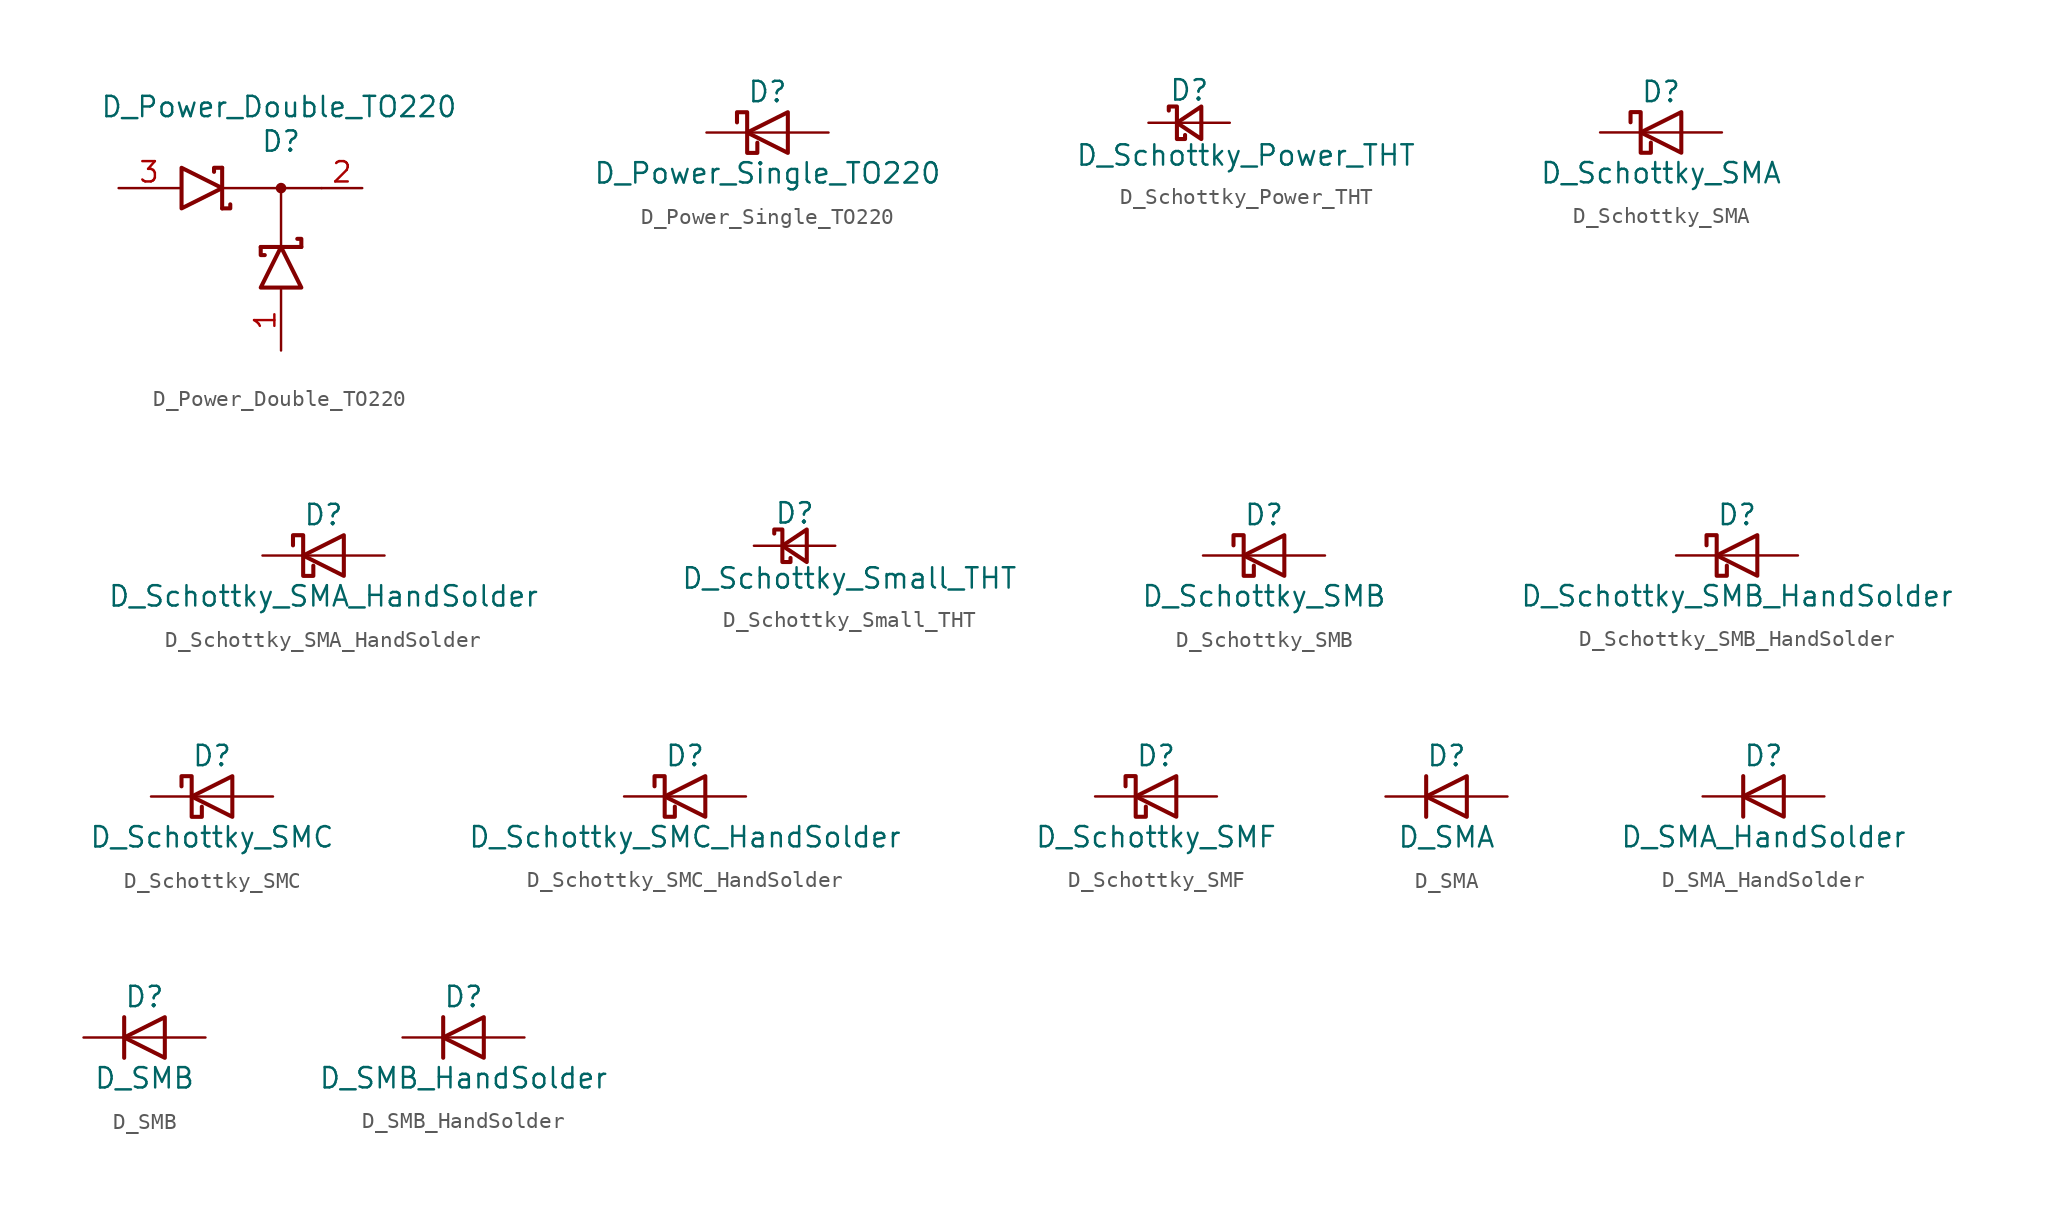
<source format=kicad_sym>
(kicad_symbol_lib
  (version 20211014)
  (generator kicad_symbol_editor)
  (symbol "D_Power_Double_TO220"
    (pin_names
      (offset 0.762) hide)
    (property "Reference" "D"
      (at 0 2.921 0)
      (effects (font (size 1.27 1.27))))
    (property "Value" "D_Power_Double_TO220"
      (at -0.127 5.08 0)
      (effects (font (size 1.27 1.27))))
    (symbol "D_Power_Double_TO220_0_1"
      (polyline (pts (xy -3.556 0) (xy 2.54 0)) (stroke (width 0) (type default) (color 0 0 0 0)) (fill (type none)))
      (polyline (pts (xy 0 0) (xy 0 -3.81)) (stroke (width 0) (type default) (color 0 0 0 0)) (fill (type none)))
      (polyline (pts (xy -3.683 1.27) (xy -3.683 -1.27) (xy -3.683 -1.27)) (stroke (width 0.254) (type default) (color 0 0 0 0)) (fill (type none)))
      (polyline (pts (xy 1.27 -3.683) (xy -1.27 -3.683) (xy -1.27 -3.683)) (stroke (width 0.254) (type default) (color 0 0 0 0)) (fill (type none)))
      (polyline (pts (xy -3.683 -1.27) (xy -3.175 -1.27) (xy -3.175 -1.016) (xy -3.175 -1.016)) (stroke (width 0.254) (type default) (color 0 0 0 0)) (fill (type none)))
      (polyline (pts (xy -3.683 1.27) (xy -4.191 1.27) (xy -4.191 1.016) (xy -4.191 1.016)) (stroke (width 0.254) (type default) (color 0 0 0 0)) (fill (type none)))
      (polyline (pts (xy 1.27 -3.683) (xy 1.27 -3.175) (xy 1.016 -3.175) (xy 1.016 -3.175)) (stroke (width 0.254) (type default) (color 0 0 0 0)) (fill (type none)))
      (polyline (pts (xy -1.016 -4.191) (xy -1.27 -4.191) (xy -1.27 -3.683) (xy -1.27 -3.683) (xy -1.27 -3.683)) (stroke (width 0.254) (type default) (color 0 0 0 0)) (fill (type none)))
      (polyline (pts (xy -6.223 1.27) (xy -3.683 0) (xy -6.223 -1.27) (xy -6.223 1.27) (xy -6.223 1.27) (xy -6.223 1.27)) (stroke (width 0.254) (type default) (color 0 0 0 0)) (fill (type none)))
      (polyline (pts (xy -1.27 -6.223) (xy 0 -3.683) (xy 1.27 -6.223) (xy -1.27 -6.223) (xy -1.27 -6.223) (xy -1.27 -6.223)) (stroke (width 0.254) (type default) (color 0 0 0 0)) (fill (type none)))
      (circle (center 0 0) (radius 0.254) (stroke (width 0) (type default) (color 0 0 0 0)) (fill (type outline)))
      (pin passive line (at 0 -10.16 90) (length 3.81) (name "A" (effects (font (size 1.27 1.27)))) (number "1" (effects (font (size 1.27 1.27)))))
      (pin passive line (at 5.08 0 180) (length 2.54) (name "K" (effects (font (size 1.27 1.27)))) (number "2" (effects (font (size 1.27 1.27)))))
      (pin passive line (at -10.16 0 0) (length 3.81) (name "A" (effects (font (size 1.27 1.27)))) (number "3" (effects (font (size 1.27 1.27)))))))
  (symbol "D_Power_Single_TO220"
    (pin_numbers hide)
    (pin_names
      (offset 1.016) hide)
    (property "Reference" "D"
      (at 0 2.54 0)
      (effects (font (size 1.27 1.27))))
    (property "Value" "D_Power_Single_TO220"
      (at 0 -2.54 0)
      (effects (font (size 1.27 1.27))))
    (symbol "D_Power_Single_TO220_0_1"
      (polyline (pts (xy 1.27 0) (xy -1.27 0)) (stroke (width 0) (type default) (color 0 0 0 0)) (fill (type none)))
      (polyline (pts (xy 1.27 1.27) (xy 1.27 -1.27) (xy -1.27 0) (xy 1.27 1.27)) (stroke (width 0.254) (type default) (color 0 0 0 0)) (fill (type none)))
      (polyline (pts (xy -1.905 0.635) (xy -1.905 1.27) (xy -1.27 1.27) (xy -1.27 -1.27) (xy -0.635 -1.27) (xy -0.635 -0.635)) (stroke (width 0.254) (type default) (color 0 0 0 0)) (fill (type none))))
    (symbol "D_Power_Single_TO220_1_1"
      (pin passive line (at -3.81 0 0) (length 2.54) (name "K" (effects (font (size 1.27 1.27)))) (number "1" (effects (font (size 1.27 1.27)))))
      (pin passive line (at 3.81 0 180) (length 2.54) (name "A" (effects (font (size 1.27 1.27)))) (number "2" (effects (font (size 1.27 1.27)))))))
  (symbol "D_Schottky_Power_THT"
    (pin_numbers hide)
    (pin_names
      (offset 0.254) hide)
    (property "Reference" "D"
      (at -1.27 2.032 0)
      (effects (font (size 1.27 1.27)) (justify left)))
    (property "Value" "D_Schottky_Power_THT"
      (at -7.112 -2.032 0)
      (effects (font (size 1.27 1.27)) (justify left)))
    (symbol "D_Schottky_Power_THT_0_1"
      (polyline (pts (xy -0.762 0) (xy 0.762 0)) (stroke (width 0) (type default) (color 0 0 0 0)) (fill (type none)))
      (polyline (pts (xy 0.762 -1.016) (xy -0.762 0) (xy 0.762 1.016) (xy 0.762 -1.016)) (stroke (width 0.254) (type default) (color 0 0 0 0)) (fill (type none)))
      (polyline (pts (xy -1.27 0.762) (xy -1.27 1.016) (xy -0.762 1.016) (xy -0.762 -1.016) (xy -0.254 -1.016) (xy -0.254 -0.762)) (stroke (width 0.254) (type default) (color 0 0 0 0)) (fill (type none))))
    (symbol "D_Schottky_Power_THT_1_1"
      (pin passive line (at -2.54 0 0) (length 1.778) (name "K" (effects (font (size 1.27 1.27)))) (number "1" (effects (font (size 1.27 1.27)))))
      (pin passive line (at 2.54 0 180) (length 1.778) (name "A" (effects (font (size 1.27 1.27)))) (number "2" (effects (font (size 1.27 1.27)))))))
  (symbol "D_Schottky_SMA"
    (pin_numbers hide)
    (pin_names
      (offset 1.016) hide)
    (property "Reference" "D"
      (at 0 2.54 0)
      (effects (font (size 1.27 1.27))))
    (property "Value" "D_Schottky_SMA"
      (at 0 -2.54 0)
      (effects (font (size 1.27 1.27))))
    (symbol "D_Schottky_SMA_0_1"
      (polyline (pts (xy 1.27 0) (xy -1.27 0)) (stroke (width 0) (type default) (color 0 0 0 0)) (fill (type none)))
      (polyline (pts (xy 1.27 1.27) (xy 1.27 -1.27) (xy -1.27 0) (xy 1.27 1.27)) (stroke (width 0.254) (type default) (color 0 0 0 0)) (fill (type none)))
      (polyline (pts (xy -1.905 0.635) (xy -1.905 1.27) (xy -1.27 1.27) (xy -1.27 -1.27) (xy -0.635 -1.27) (xy -0.635 -0.635)) (stroke (width 0.254) (type default) (color 0 0 0 0)) (fill (type none))))
    (symbol "D_Schottky_SMA_1_1"
      (pin passive line (at -3.81 0 0) (length 2.54) (name "K" (effects (font (size 1.27 1.27)))) (number "1" (effects (font (size 1.27 1.27)))))
      (pin passive line (at 3.81 0 180) (length 2.54) (name "A" (effects (font (size 1.27 1.27)))) (number "2" (effects (font (size 1.27 1.27)))))))
  (symbol "D_Schottky_SMA_HandSolder"
    (pin_numbers hide)
    (pin_names
      (offset 1.016) hide)
    (property "Reference" "D"
      (at 0 2.54 0)
      (effects (font (size 1.27 1.27))))
    (property "Value" "D_Schottky_SMA_HandSolder"
      (at 0 -2.54 0)
      (effects (font (size 1.27 1.27))))
    (symbol "D_Schottky_SMA_HandSolder_0_1"
      (polyline (pts (xy 1.27 0) (xy -1.27 0)) (stroke (width 0) (type default) (color 0 0 0 0)) (fill (type none)))
      (polyline (pts (xy 1.27 1.27) (xy 1.27 -1.27) (xy -1.27 0) (xy 1.27 1.27)) (stroke (width 0.254) (type default) (color 0 0 0 0)) (fill (type none)))
      (polyline (pts (xy -1.905 0.635) (xy -1.905 1.27) (xy -1.27 1.27) (xy -1.27 -1.27) (xy -0.635 -1.27) (xy -0.635 -0.635)) (stroke (width 0.254) (type default) (color 0 0 0 0)) (fill (type none))))
    (symbol "D_Schottky_SMA_HandSolder_1_1"
      (pin passive line (at -3.81 0 0) (length 2.54) (name "K" (effects (font (size 1.27 1.27)))) (number "1" (effects (font (size 1.27 1.27)))))
      (pin passive line (at 3.81 0 180) (length 2.54) (name "A" (effects (font (size 1.27 1.27)))) (number "2" (effects (font (size 1.27 1.27)))))))
  (symbol "D_Schottky_Small_THT"
    (pin_numbers hide)
    (pin_names
      (offset 0.254) hide)
    (property "Reference" "D"
      (at -1.27 2.032 0)
      (effects (font (size 1.27 1.27)) (justify left)))
    (property "Value" "D_Schottky_Small_THT"
      (at -7.112 -2.032 0)
      (effects (font (size 1.27 1.27)) (justify left)))
    (symbol "D_Schottky_Small_THT_0_1"
      (polyline (pts (xy -0.762 0) (xy 0.762 0)) (stroke (width 0) (type default) (color 0 0 0 0)) (fill (type none)))
      (polyline (pts (xy 0.762 -1.016) (xy -0.762 0) (xy 0.762 1.016) (xy 0.762 -1.016)) (stroke (width 0.254) (type default) (color 0 0 0 0)) (fill (type none)))
      (polyline (pts (xy -1.27 0.762) (xy -1.27 1.016) (xy -0.762 1.016) (xy -0.762 -1.016) (xy -0.254 -1.016) (xy -0.254 -0.762)) (stroke (width 0.254) (type default) (color 0 0 0 0)) (fill (type none))))
    (symbol "D_Schottky_Small_THT_1_1"
      (pin passive line (at -2.54 0 0) (length 1.778) (name "K" (effects (font (size 1.27 1.27)))) (number "1" (effects (font (size 1.27 1.27)))))
      (pin passive line (at 2.54 0 180) (length 1.778) (name "A" (effects (font (size 1.27 1.27)))) (number "2" (effects (font (size 1.27 1.27)))))))
  (symbol "D_Schottky_SMB"
    (pin_numbers hide)
    (pin_names
      (offset 1.016) hide)
    (property "Reference" "D"
      (at 0 2.54 0)
      (effects (font (size 1.27 1.27))))
    (property "Value" "D_Schottky_SMB"
      (at 0 -2.54 0)
      (effects (font (size 1.27 1.27))))
    (symbol "D_Schottky_SMB_0_1"
      (polyline (pts (xy 1.27 0) (xy -1.27 0)) (stroke (width 0) (type default) (color 0 0 0 0)) (fill (type none)))
      (polyline (pts (xy 1.27 1.27) (xy 1.27 -1.27) (xy -1.27 0) (xy 1.27 1.27)) (stroke (width 0.254) (type default) (color 0 0 0 0)) (fill (type none)))
      (polyline (pts (xy -1.905 0.635) (xy -1.905 1.27) (xy -1.27 1.27) (xy -1.27 -1.27) (xy -0.635 -1.27) (xy -0.635 -0.635)) (stroke (width 0.254) (type default) (color 0 0 0 0)) (fill (type none))))
    (symbol "D_Schottky_SMB_1_1"
      (pin passive line (at -3.81 0 0) (length 2.54) (name "K" (effects (font (size 1.27 1.27)))) (number "1" (effects (font (size 1.27 1.27)))))
      (pin passive line (at 3.81 0 180) (length 2.54) (name "A" (effects (font (size 1.27 1.27)))) (number "2" (effects (font (size 1.27 1.27)))))))
  (symbol "D_Schottky_SMB_HandSolder"
    (pin_numbers hide)
    (pin_names
      (offset 1.016) hide)
    (property "Reference" "D"
      (at 0 2.54 0)
      (effects (font (size 1.27 1.27))))
    (property "Value" "D_Schottky_SMB_HandSolder"
      (at 0 -2.54 0)
      (effects (font (size 1.27 1.27))))
    (symbol "D_Schottky_SMB_HandSolder_0_1"
      (polyline (pts (xy 1.27 0) (xy -1.27 0)) (stroke (width 0) (type default) (color 0 0 0 0)) (fill (type none)))
      (polyline (pts (xy 1.27 1.27) (xy 1.27 -1.27) (xy -1.27 0) (xy 1.27 1.27)) (stroke (width 0.254) (type default) (color 0 0 0 0)) (fill (type none)))
      (polyline (pts (xy -1.905 0.635) (xy -1.905 1.27) (xy -1.27 1.27) (xy -1.27 -1.27) (xy -0.635 -1.27) (xy -0.635 -0.635)) (stroke (width 0.254) (type default) (color 0 0 0 0)) (fill (type none))))
    (symbol "D_Schottky_SMB_HandSolder_1_1"
      (pin passive line (at -3.81 0 0) (length 2.54) (name "K" (effects (font (size 1.27 1.27)))) (number "1" (effects (font (size 1.27 1.27)))))
      (pin passive line (at 3.81 0 180) (length 2.54) (name "A" (effects (font (size 1.27 1.27)))) (number "2" (effects (font (size 1.27 1.27)))))))
  (symbol "D_Schottky_SMC"
    (pin_numbers hide)
    (pin_names
      (offset 1.016) hide)
    (property "Reference" "D"
      (at 0 2.54 0)
      (effects (font (size 1.27 1.27))))
    (property "Value" "D_Schottky_SMC"
      (at 0 -2.54 0)
      (effects (font (size 1.27 1.27))))
    (symbol "D_Schottky_SMC_0_1"
      (polyline (pts (xy 1.27 0) (xy -1.27 0)) (stroke (width 0) (type default) (color 0 0 0 0)) (fill (type none)))
      (polyline (pts (xy 1.27 1.27) (xy 1.27 -1.27) (xy -1.27 0) (xy 1.27 1.27)) (stroke (width 0.254) (type default) (color 0 0 0 0)) (fill (type none)))
      (polyline (pts (xy -1.905 0.635) (xy -1.905 1.27) (xy -1.27 1.27) (xy -1.27 -1.27) (xy -0.635 -1.27) (xy -0.635 -0.635)) (stroke (width 0.254) (type default) (color 0 0 0 0)) (fill (type none))))
    (symbol "D_Schottky_SMC_1_1"
      (pin passive line (at -3.81 0 0) (length 2.54) (name "K" (effects (font (size 1.27 1.27)))) (number "1" (effects (font (size 1.27 1.27)))))
      (pin passive line (at 3.81 0 180) (length 2.54) (name "A" (effects (font (size 1.27 1.27)))) (number "2" (effects (font (size 1.27 1.27)))))))
  (symbol "D_Schottky_SMC_HandSolder"
    (pin_numbers hide)
    (pin_names
      (offset 1.016) hide)
    (property "Reference" "D"
      (at 0 2.54 0)
      (effects (font (size 1.27 1.27))))
    (property "Value" "D_Schottky_SMC_HandSolder"
      (at 0 -2.54 0)
      (effects (font (size 1.27 1.27))))
    (symbol "D_Schottky_SMC_HandSolder_0_1"
      (polyline (pts (xy 1.27 0) (xy -1.27 0)) (stroke (width 0) (type default) (color 0 0 0 0)) (fill (type none)))
      (polyline (pts (xy 1.27 1.27) (xy 1.27 -1.27) (xy -1.27 0) (xy 1.27 1.27)) (stroke (width 0.254) (type default) (color 0 0 0 0)) (fill (type none)))
      (polyline (pts (xy -1.905 0.635) (xy -1.905 1.27) (xy -1.27 1.27) (xy -1.27 -1.27) (xy -0.635 -1.27) (xy -0.635 -0.635)) (stroke (width 0.254) (type default) (color 0 0 0 0)) (fill (type none))))
    (symbol "D_Schottky_SMC_HandSolder_1_1"
      (pin passive line (at -3.81 0 0) (length 2.54) (name "K" (effects (font (size 1.27 1.27)))) (number "1" (effects (font (size 1.27 1.27)))))
      (pin passive line (at 3.81 0 180) (length 2.54) (name "A" (effects (font (size 1.27 1.27)))) (number "2" (effects (font (size 1.27 1.27)))))))
  (symbol "D_Schottky_SMF"
    (pin_numbers hide)
    (pin_names
      (offset 1.016) hide)
    (property "Reference" "D"
      (at 0 2.54 0)
      (effects (font (size 1.27 1.27))))
    (property "Value" "D_Schottky_SMF"
      (at 0 -2.54 0)
      (effects (font (size 1.27 1.27))))
    (symbol "D_Schottky_SMF_0_1"
      (polyline (pts (xy 1.27 0) (xy -1.27 0)) (stroke (width 0) (type default) (color 0 0 0 0)) (fill (type none)))
      (polyline (pts (xy 1.27 1.27) (xy 1.27 -1.27) (xy -1.27 0) (xy 1.27 1.27)) (stroke (width 0.254) (type default) (color 0 0 0 0)) (fill (type none)))
      (polyline (pts (xy -1.905 0.635) (xy -1.905 1.27) (xy -1.27 1.27) (xy -1.27 -1.27) (xy -0.635 -1.27) (xy -0.635 -0.635)) (stroke (width 0.254) (type default) (color 0 0 0 0)) (fill (type none))))
    (symbol "D_Schottky_SMF_1_1"
      (pin passive line (at -3.81 0 0) (length 2.54) (name "K" (effects (font (size 1.27 1.27)))) (number "1" (effects (font (size 1.27 1.27)))))
      (pin passive line (at 3.81 0 180) (length 2.54) (name "A" (effects (font (size 1.27 1.27)))) (number "2" (effects (font (size 1.27 1.27)))))))
  (symbol "D_SMA"
    (pin_numbers hide)
    (pin_names
      (offset 1.016) hide)
    (property "Reference" "D"
      (at 0 2.54 0)
      (effects (font (size 1.27 1.27))))
    (property "Value" "D_SMA"
      (at 0 -2.54 0)
      (effects (font (size 1.27 1.27))))
    (symbol "D_SMA_0_1"
      (polyline (pts (xy -1.27 1.27) (xy -1.27 -1.27)) (stroke (width 0.254) (type default) (color 0 0 0 0)) (fill (type none)))
      (polyline (pts (xy 1.27 0) (xy -1.27 0)) (stroke (width 0) (type default) (color 0 0 0 0)) (fill (type none)))
      (polyline (pts (xy 1.27 1.27) (xy 1.27 -1.27) (xy -1.27 0) (xy 1.27 1.27)) (stroke (width 0.254) (type default) (color 0 0 0 0)) (fill (type none))))
    (symbol "D_SMA_1_1"
      (pin passive line (at -3.81 0 0) (length 2.54) (name "K" (effects (font (size 1.27 1.27)))) (number "1" (effects (font (size 1.27 1.27)))))
      (pin passive line (at 3.81 0 180) (length 2.54) (name "A" (effects (font (size 1.27 1.27)))) (number "2" (effects (font (size 1.27 1.27)))))))
  (symbol "D_SMA_HandSolder"
    (pin_numbers hide)
    (pin_names
      (offset 1.016) hide)
    (property "Reference" "D"
      (at 0 2.54 0)
      (effects (font (size 1.27 1.27))))
    (property "Value" "D_SMA_HandSolder"
      (at 0 -2.54 0)
      (effects (font (size 1.27 1.27))))
    (symbol "D_SMA_HandSolder_0_1"
      (polyline (pts (xy -1.27 1.27) (xy -1.27 -1.27)) (stroke (width 0.254) (type default) (color 0 0 0 0)) (fill (type none)))
      (polyline (pts (xy 1.27 0) (xy -1.27 0)) (stroke (width 0) (type default) (color 0 0 0 0)) (fill (type none)))
      (polyline (pts (xy 1.27 1.27) (xy 1.27 -1.27) (xy -1.27 0) (xy 1.27 1.27)) (stroke (width 0.254) (type default) (color 0 0 0 0)) (fill (type none))))
    (symbol "D_SMA_HandSolder_1_1"
      (pin passive line (at -3.81 0 0) (length 2.54) (name "K" (effects (font (size 1.27 1.27)))) (number "1" (effects (font (size 1.27 1.27)))))
      (pin passive line (at 3.81 0 180) (length 2.54) (name "A" (effects (font (size 1.27 1.27)))) (number "2" (effects (font (size 1.27 1.27)))))))
  (symbol "D_SMB"
    (pin_numbers hide)
    (pin_names
      (offset 1.016) hide)
    (property "Reference" "D"
      (at 0 2.54 0)
      (effects (font (size 1.27 1.27))))
    (property "Value" "D_SMB"
      (at 0 -2.54 0)
      (effects (font (size 1.27 1.27))))
    (symbol "D_SMB_0_1"
      (polyline (pts (xy -1.27 1.27) (xy -1.27 -1.27)) (stroke (width 0.254) (type default) (color 0 0 0 0)) (fill (type none)))
      (polyline (pts (xy 1.27 0) (xy -1.27 0)) (stroke (width 0) (type default) (color 0 0 0 0)) (fill (type none)))
      (polyline (pts (xy 1.27 1.27) (xy 1.27 -1.27) (xy -1.27 0) (xy 1.27 1.27)) (stroke (width 0.254) (type default) (color 0 0 0 0)) (fill (type none))))
    (symbol "D_SMB_1_1"
      (pin passive line (at -3.81 0 0) (length 2.54) (name "K" (effects (font (size 1.27 1.27)))) (number "1" (effects (font (size 1.27 1.27)))))
      (pin passive line (at 3.81 0 180) (length 2.54) (name "A" (effects (font (size 1.27 1.27)))) (number "2" (effects (font (size 1.27 1.27)))))))
  (symbol "D_SMB_HandSolder"
    (pin_numbers hide)
    (pin_names
      (offset 1.016) hide)
    (property "Reference" "D"
      (at 0 2.54 0)
      (effects (font (size 1.27 1.27))))
    (property "Value" "D_SMB_HandSolder"
      (at 0 -2.54 0)
      (effects (font (size 1.27 1.27))))
    (symbol "D_SMB_HandSolder_0_1"
      (polyline (pts (xy -1.27 1.27) (xy -1.27 -1.27)) (stroke (width 0.254) (type default) (color 0 0 0 0)) (fill (type none)))
      (polyline (pts (xy 1.27 0) (xy -1.27 0)) (stroke (width 0) (type default) (color 0 0 0 0)) (fill (type none)))
      (polyline (pts (xy 1.27 1.27) (xy 1.27 -1.27) (xy -1.27 0) (xy 1.27 1.27)) (stroke (width 0.254) (type default) (color 0 0 0 0)) (fill (type none))))
    (symbol "D_SMB_HandSolder_1_1"
      (pin passive line (at -3.81 0 0) (length 2.54) (name "K" (effects (font (size 1.27 1.27)))) (number "1" (effects (font (size 1.27 1.27)))))
      (pin passive line (at 3.81 0 180) (length 2.54) (name "A" (effects (font (size 1.27 1.27)))) (number "2" (effects (font (size 1.27 1.27))))))))
</source>
